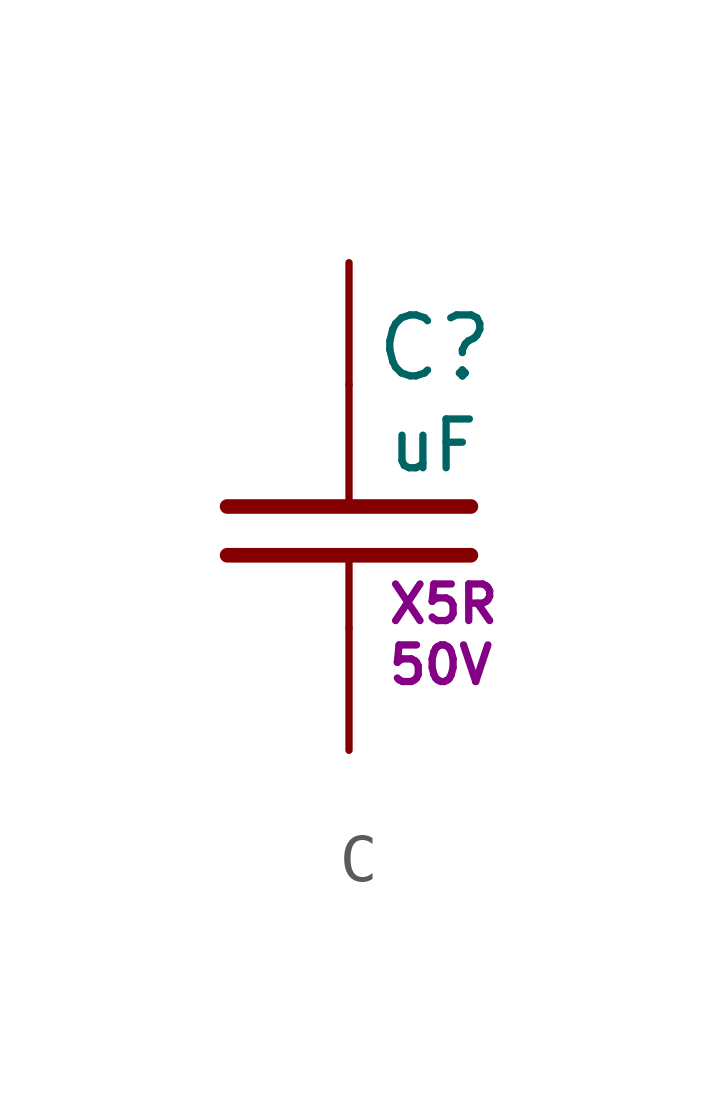
<source format=kicad_sym>
(kicad_symbol_lib
  (version 20241209)
  (generator "kicad_symbol_editor")
  (generator_version "9.0")
  (symbol "C"
    (pin_numbers
      (hide yes))
    (pin_names
      (offset 0.254))
    (property "Reference" "C"
      (at 0.508 3.302 0)
      (effects (font (size 1.27 1.27)) (justify left)))
    (property "Value" "uF"
      (at 0.762 1.27 0)
      (effects (font (size 1.016 1.016)) (justify left)))
    (property "Temperature Coefficient" "X5R"
      (at 0.762 -2.032 0)
      (effects (font (size 0.762 0.762)) (justify left)))
    (property "Voltage" "50V"
      (at 0.762 -3.302 0)
      (effects (font (size 0.762 0.762)) (justify left)))
    (symbol "C_1_0"
      (polyline (pts (xy -2.54 0) (xy 2.54 0)) (stroke (width 0.305) (type solid)) (fill (type none)))
      (polyline (pts (xy -2.54 -1.016) (xy 2.54 -1.016)) (stroke (width 0.305) (type solid)) (fill (type none)))
      (polyline (pts (xy 0 2.54) (xy 0 0)) (stroke (width 0.152) (type solid)) (fill (type none)))
      (polyline (pts (xy 0 -1.016) (xy 0 -2.54)) (stroke (width 0.152) (type solid)) (fill (type none)))
      (pin passive line (at 0 5.08 270) (length 2.54) (name "1" (effects (font (size 0 0)))) (number "1" (effects (font (size 0 0)))))
      (pin passive line (at 0 -5.08 90) (length 2.54) (name "2" (effects (font (size 0 0)))) (number "2" (effects (font (size 0 0))))))))
</source>
